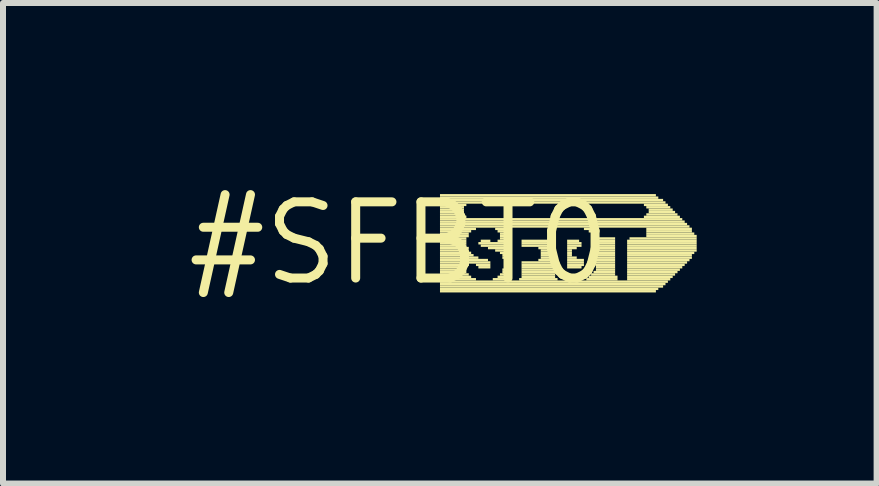
<source format=kicad_pcb>
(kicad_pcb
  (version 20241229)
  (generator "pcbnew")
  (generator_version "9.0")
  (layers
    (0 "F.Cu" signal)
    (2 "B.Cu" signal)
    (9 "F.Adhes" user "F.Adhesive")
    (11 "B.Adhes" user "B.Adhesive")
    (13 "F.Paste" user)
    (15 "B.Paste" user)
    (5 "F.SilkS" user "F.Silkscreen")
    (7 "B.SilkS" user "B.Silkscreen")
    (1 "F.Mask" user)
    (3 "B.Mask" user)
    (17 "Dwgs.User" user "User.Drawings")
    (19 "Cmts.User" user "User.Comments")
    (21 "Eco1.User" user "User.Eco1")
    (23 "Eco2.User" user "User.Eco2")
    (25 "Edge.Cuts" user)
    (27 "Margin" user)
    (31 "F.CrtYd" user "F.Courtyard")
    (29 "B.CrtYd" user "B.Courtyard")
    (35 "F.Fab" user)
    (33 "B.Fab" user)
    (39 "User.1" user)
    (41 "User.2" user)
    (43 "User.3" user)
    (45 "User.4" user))
  (footprint "#SFBT0"
    (layer "F.Cu")
    (at 3.606 1.006)
    (property "Reference" "#SFBT0" (at 0 0 0) (layer "F.SilkS") (effects (font (size 1.27 1.27) (thickness 0.15))))
    (fp_poly (pts (xy 0.68 -0.78) (xy 4.28 -0.78) (xy 4.28 -0.82) (xy 0.68 -0.82)) (stroke (width 0) (type default)) (fill yes) (layer "F.SilkS"))
    (fp_poly (pts (xy 0.68 -0.74) (xy 4.32 -0.74) (xy 4.32 -0.78) (xy 0.68 -0.78)) (stroke (width 0) (type default)) (fill yes) (layer "F.SilkS"))
    (fp_poly (pts (xy 0.68 -0.7) (xy 4.4 -0.7) (xy 4.4 -0.74) (xy 0.68 -0.74)) (stroke (width 0) (type default)) (fill yes) (layer "F.SilkS"))
    (fp_poly (pts (xy 0.68 -0.66) (xy 4.44 -0.66) (xy 4.44 -0.7) (xy 0.68 -0.7)) (stroke (width 0) (type default)) (fill yes) (layer "F.SilkS"))
    (fp_poly (pts (xy 0.68 -0.62) (xy 1.12 -0.62) (xy 1.12 -0.66) (xy 0.68 -0.66)) (stroke (width 0) (type default)) (fill yes) (layer "F.SilkS"))
    (fp_poly (pts (xy 0.68 -0.58) (xy 1.08 -0.58) (xy 1.08 -0.62) (xy 0.68 -0.62)) (stroke (width 0) (type default)) (fill yes) (layer "F.SilkS"))
    (fp_poly (pts (xy 0.68 -0.54) (xy 1.08 -0.54) (xy 1.08 -0.58) (xy 0.68 -0.58)) (stroke (width 0) (type default)) (fill yes) (layer "F.SilkS"))
    (fp_poly (pts (xy 0.68 -0.5) (xy 1.08 -0.5) (xy 1.08 -0.54) (xy 0.68 -0.54)) (stroke (width 0) (type default)) (fill yes) (layer "F.SilkS"))
    (fp_poly (pts (xy 0.68 -0.46) (xy 1.08 -0.46) (xy 1.08 -0.5) (xy 0.68 -0.5)) (stroke (width 0) (type default)) (fill yes) (layer "F.SilkS"))
    (fp_poly (pts (xy 0.68 -0.42) (xy 1.12 -0.42) (xy 1.12 -0.46) (xy 0.68 -0.46)) (stroke (width 0) (type default)) (fill yes) (layer "F.SilkS"))
    (fp_poly (pts (xy 0.68 -0.38) (xy 4.72 -0.38) (xy 4.72 -0.42) (xy 0.68 -0.42)) (stroke (width 0) (type default)) (fill yes) (layer "F.SilkS"))
    (fp_poly (pts (xy 0.68 -0.34) (xy 4.76 -0.34) (xy 4.76 -0.38) (xy 0.68 -0.38)) (stroke (width 0) (type default)) (fill yes) (layer "F.SilkS"))
    (fp_poly (pts (xy 0.68 -0.3) (xy 4.8 -0.3) (xy 4.8 -0.34) (xy 0.68 -0.34)) (stroke (width 0) (type default)) (fill yes) (layer "F.SilkS"))
    (fp_poly (pts (xy 0.68 -0.26) (xy 4.84 -0.26) (xy 4.84 -0.3) (xy 0.68 -0.3)) (stroke (width 0) (type default)) (fill yes) (layer "F.SilkS"))
    (fp_poly (pts (xy 0.68 -0.22) (xy 1.28 -0.22) (xy 1.28 -0.26) (xy 0.68 -0.26)) (stroke (width 0) (type default)) (fill yes) (layer "F.SilkS"))
    (fp_poly (pts (xy 0.68 -0.18) (xy 1.2 -0.18) (xy 1.2 -0.22) (xy 0.68 -0.22)) (stroke (width 0) (type default)) (fill yes) (layer "F.SilkS"))
    (fp_poly (pts (xy 0.68 -0.14) (xy 1.16 -0.14) (xy 1.16 -0.18) (xy 0.68 -0.18)) (stroke (width 0) (type default)) (fill yes) (layer "F.SilkS"))
    (fp_poly (pts (xy 0.68 -0.1) (xy 1.16 -0.1) (xy 1.16 -0.14) (xy 0.68 -0.14)) (stroke (width 0) (type default)) (fill yes) (layer "F.SilkS"))
    (fp_poly (pts (xy 0.68 -0.06) (xy 1.12 -0.06) (xy 1.12 -0.1) (xy 0.68 -0.1)) (stroke (width 0) (type default)) (fill yes) (layer "F.SilkS"))
    (fp_poly (pts (xy 0.68 -0.02) (xy 1.12 -0.02) (xy 1.12 -0.06) (xy 0.68 -0.06)) (stroke (width 0) (type default)) (fill yes) (layer "F.SilkS"))
    (fp_poly (pts (xy 0.68 0.02) (xy 1.12 0.02) (xy 1.12 -0.02) (xy 0.68 -0.02)) (stroke (width 0) (type default)) (fill yes) (layer "F.SilkS"))
    (fp_poly (pts (xy 0.68 0.06) (xy 1.12 0.06) (xy 1.12 0.02) (xy 0.68 0.02)) (stroke (width 0) (type default)) (fill yes) (layer "F.SilkS"))
    (fp_poly (pts (xy 0.68 0.1) (xy 1.16 0.1) (xy 1.16 0.06) (xy 0.68 0.06)) (stroke (width 0) (type default)) (fill yes) (layer "F.SilkS"))
    (fp_poly (pts (xy 0.68 0.14) (xy 1.16 0.14) (xy 1.16 0.1) (xy 0.68 0.1)) (stroke (width 0) (type default)) (fill yes) (layer "F.SilkS"))
    (fp_poly (pts (xy 0.68 0.18) (xy 1.2 0.18) (xy 1.2 0.14) (xy 0.68 0.14)) (stroke (width 0) (type default)) (fill yes) (layer "F.SilkS"))
    (fp_poly (pts (xy 0.68 0.22) (xy 1.24 0.22) (xy 1.24 0.18) (xy 0.68 0.18)) (stroke (width 0) (type default)) (fill yes) (layer "F.SilkS"))
    (fp_poly (pts (xy 0.68 0.26) (xy 1.32 0.26) (xy 1.32 0.22) (xy 0.68 0.22)) (stroke (width 0) (type default)) (fill yes) (layer "F.SilkS"))
    (fp_poly (pts (xy 0.68 0.3) (xy 1.48 0.3) (xy 1.48 0.26) (xy 0.68 0.26)) (stroke (width 0) (type default)) (fill yes) (layer "F.SilkS"))
    (fp_poly (pts (xy 0.68 0.34) (xy 1.52 0.34) (xy 1.52 0.3) (xy 0.68 0.3)) (stroke (width 0) (type default)) (fill yes) (layer "F.SilkS"))
    (fp_poly (pts (xy 0.68 0.38) (xy 1.16 0.38) (xy 1.16 0.34) (xy 0.68 0.34)) (stroke (width 0) (type default)) (fill yes) (layer "F.SilkS"))
    (fp_poly (pts (xy 0.68 0.42) (xy 1.12 0.42) (xy 1.12 0.38) (xy 0.68 0.38)) (stroke (width 0) (type default)) (fill yes) (layer "F.SilkS"))
    (fp_poly (pts (xy 0.68 0.46) (xy 1.12 0.46) (xy 1.12 0.42) (xy 0.68 0.42)) (stroke (width 0) (type default)) (fill yes) (layer "F.SilkS"))
    (fp_poly (pts (xy 0.68 0.5) (xy 1.12 0.5) (xy 1.12 0.46) (xy 0.68 0.46)) (stroke (width 0) (type default)) (fill yes) (layer "F.SilkS"))
    (fp_poly (pts (xy 0.68 0.54) (xy 1.16 0.54) (xy 1.16 0.5) (xy 0.68 0.5)) (stroke (width 0) (type default)) (fill yes) (layer "F.SilkS"))
    (fp_poly (pts (xy 0.68 0.58) (xy 1.2 0.58) (xy 1.2 0.54) (xy 0.68 0.54)) (stroke (width 0) (type default)) (fill yes) (layer "F.SilkS"))
    (fp_poly (pts (xy 0.68 0.62) (xy 1.28 0.62) (xy 1.28 0.58) (xy 0.68 0.58)) (stroke (width 0) (type default)) (fill yes) (layer "F.SilkS"))
    (fp_poly (pts (xy 0.68 0.66) (xy 4.48 0.66) (xy 4.48 0.62) (xy 0.68 0.62)) (stroke (width 0) (type default)) (fill yes) (layer "F.SilkS"))
    (fp_poly (pts (xy 0.68 0.7) (xy 4.44 0.7) (xy 4.44 0.66) (xy 0.68 0.66)) (stroke (width 0) (type default)) (fill yes) (layer "F.SilkS"))
    (fp_poly (pts (xy 0.68 0.74) (xy 4.4 0.74) (xy 4.4 0.7) (xy 0.68 0.7)) (stroke (width 0) (type default)) (fill yes) (layer "F.SilkS"))
    (fp_poly (pts (xy 0.68 0.78) (xy 4.32 0.78) (xy 4.32 0.74) (xy 0.68 0.74)) (stroke (width 0) (type default)) (fill yes) (layer "F.SilkS"))
    (fp_poly (pts (xy 0.68 0.82) (xy 4.28 0.82) (xy 4.28 0.78) (xy 0.68 0.78)) (stroke (width 0) (type default)) (fill yes) (layer "F.SilkS"))
    (fp_poly (pts (xy 1.28 0.38) (xy 1.52 0.38) (xy 1.52 0.34) (xy 1.28 0.34)) (stroke (width 0) (type default)) (fill yes) (layer "F.SilkS"))
    (fp_poly (pts (xy 1.32 0.02) (xy 1.84 0.02) (xy 1.84 -0.02) (xy 1.32 -0.02)) (stroke (width 0) (type default)) (fill yes) (layer "F.SilkS"))
    (fp_poly (pts (xy 1.32 0.42) (xy 1.52 0.42) (xy 1.52 0.38) (xy 1.32 0.38)) (stroke (width 0) (type default)) (fill yes) (layer "F.SilkS"))
    (fp_poly (pts (xy 1.36 -0.02) (xy 1.52 -0.02) (xy 1.52 -0.06) (xy 1.36 -0.06)) (stroke (width 0) (type default)) (fill yes) (layer "F.SilkS"))
    (fp_poly (pts (xy 1.36 0.06) (xy 1.84 0.06) (xy 1.84 0.02) (xy 1.36 0.02)) (stroke (width 0) (type default)) (fill yes) (layer "F.SilkS"))
    (fp_poly (pts (xy 1.48 0.1) (xy 1.84 0.1) (xy 1.84 0.06) (xy 1.48 0.06)) (stroke (width 0) (type default)) (fill yes) (layer "F.SilkS"))
    (fp_poly (pts (xy 1.56 0.62) (xy 1.84 0.62) (xy 1.84 0.58) (xy 1.56 0.58)) (stroke (width 0) (type default)) (fill yes) (layer "F.SilkS"))
    (fp_poly (pts (xy 1.6 -0.22) (xy 1.88 -0.22) (xy 1.88 -0.26) (xy 1.6 -0.26)) (stroke (width 0) (type default)) (fill yes) (layer "F.SilkS"))
    (fp_poly (pts (xy 1.6 0.14) (xy 1.84 0.14) (xy 1.84 0.1) (xy 1.6 0.1)) (stroke (width 0) (type default)) (fill yes) (layer "F.SilkS"))
    (fp_poly (pts (xy 1.64 -0.18) (xy 1.84 -0.18) (xy 1.84 -0.22) (xy 1.64 -0.22)) (stroke (width 0) (type default)) (fill yes) (layer "F.SilkS"))
    (fp_poly (pts (xy 1.64 -0.02) (xy 1.84 -0.02) (xy 1.84 -0.06) (xy 1.64 -0.06)) (stroke (width 0) (type default)) (fill yes) (layer "F.SilkS"))
    (fp_poly (pts (xy 1.64 0.58) (xy 1.84 0.58) (xy 1.84 0.54) (xy 1.64 0.54)) (stroke (width 0) (type default)) (fill yes) (layer "F.SilkS"))
    (fp_poly (pts (xy 1.68 -0.14) (xy 1.84 -0.14) (xy 1.84 -0.18) (xy 1.68 -0.18)) (stroke (width 0) (type default)) (fill yes) (layer "F.SilkS"))
    (fp_poly (pts (xy 1.68 -0.1) (xy 1.84 -0.1) (xy 1.84 -0.14) (xy 1.68 -0.14)) (stroke (width 0) (type default)) (fill yes) (layer "F.SilkS"))
    (fp_poly (pts (xy 1.68 -0.06) (xy 1.84 -0.06) (xy 1.84 -0.1) (xy 1.68 -0.1)) (stroke (width 0) (type default)) (fill yes) (layer "F.SilkS"))
    (fp_poly (pts (xy 1.68 0.18) (xy 1.84 0.18) (xy 1.84 0.14) (xy 1.68 0.14)) (stroke (width 0) (type default)) (fill yes) (layer "F.SilkS"))
    (fp_poly (pts (xy 1.68 0.54) (xy 1.84 0.54) (xy 1.84 0.5) (xy 1.68 0.5)) (stroke (width 0) (type default)) (fill yes) (layer "F.SilkS"))
    (fp_poly (pts (xy 1.72 0.22) (xy 1.84 0.22) (xy 1.84 0.18) (xy 1.72 0.18)) (stroke (width 0) (type default)) (fill yes) (layer "F.SilkS"))
    (fp_poly (pts (xy 1.72 0.26) (xy 1.84 0.26) (xy 1.84 0.22) (xy 1.72 0.22)) (stroke (width 0) (type default)) (fill yes) (layer "F.SilkS"))
    (fp_poly (pts (xy 1.72 0.46) (xy 1.84 0.46) (xy 1.84 0.42) (xy 1.72 0.42)) (stroke (width 0) (type default)) (fill yes) (layer "F.SilkS"))
    (fp_poly (pts (xy 1.72 0.5) (xy 1.84 0.5) (xy 1.84 0.46) (xy 1.72 0.46)) (stroke (width 0) (type default)) (fill yes) (layer "F.SilkS"))
    (fp_poly (pts (xy 1.76 0.3) (xy 1.84 0.3) (xy 1.84 0.26) (xy 1.76 0.26)) (stroke (width 0) (type default)) (fill yes) (layer "F.SilkS"))
    (fp_poly (pts (xy 1.76 0.34) (xy 1.84 0.34) (xy 1.84 0.3) (xy 1.76 0.3)) (stroke (width 0) (type default)) (fill yes) (layer "F.SilkS"))
    (fp_poly (pts (xy 1.76 0.38) (xy 1.84 0.38) (xy 1.84 0.34) (xy 1.76 0.34)) (stroke (width 0) (type default)) (fill yes) (layer "F.SilkS"))
    (fp_poly (pts (xy 1.76 0.42) (xy 1.84 0.42) (xy 1.84 0.38) (xy 1.76 0.38)) (stroke (width 0) (type default)) (fill yes) (layer "F.SilkS"))
    (fp_poly (pts (xy 2 0.62) (xy 2.64 0.62) (xy 2.64 0.58) (xy 2 0.58)) (stroke (width 0) (type default)) (fill yes) (layer "F.SilkS"))
    (fp_poly (pts (xy 2.04 -0.02) (xy 2.6 -0.02) (xy 2.6 -0.06) (xy 2.04 -0.06)) (stroke (width 0) (type default)) (fill yes) (layer "F.SilkS"))
    (fp_poly (pts (xy 2.04 0.02) (xy 2.6 0.02) (xy 2.6 -0.02) (xy 2.04 -0.02)) (stroke (width 0) (type default)) (fill yes) (layer "F.SilkS"))
    (fp_poly (pts (xy 2.04 0.06) (xy 2.6 0.06) (xy 2.6 0.02) (xy 2.04 0.02)) (stroke (width 0) (type default)) (fill yes) (layer "F.SilkS"))
    (fp_poly (pts (xy 2.04 0.34) (xy 2.6 0.34) (xy 2.6 0.3) (xy 2.04 0.3)) (stroke (width 0) (type default)) (fill yes) (layer "F.SilkS"))
    (fp_poly (pts (xy 2.04 0.38) (xy 2.6 0.38) (xy 2.6 0.34) (xy 2.04 0.34)) (stroke (width 0) (type default)) (fill yes) (layer "F.SilkS"))
    (fp_poly (pts (xy 2.04 0.42) (xy 2.6 0.42) (xy 2.6 0.38) (xy 2.04 0.38)) (stroke (width 0) (type default)) (fill yes) (layer "F.SilkS"))
    (fp_poly (pts (xy 2.04 0.46) (xy 2.6 0.46) (xy 2.6 0.42) (xy 2.04 0.42)) (stroke (width 0) (type default)) (fill yes) (layer "F.SilkS"))
    (fp_poly (pts (xy 2.04 0.5) (xy 2.6 0.5) (xy 2.6 0.46) (xy 2.04 0.46)) (stroke (width 0) (type default)) (fill yes) (layer "F.SilkS"))
    (fp_poly (pts (xy 2.04 0.54) (xy 2.6 0.54) (xy 2.6 0.5) (xy 2.04 0.5)) (stroke (width 0) (type default)) (fill yes) (layer "F.SilkS"))
    (fp_poly (pts (xy 2.04 0.58) (xy 2.6 0.58) (xy 2.6 0.54) (xy 2.04 0.54)) (stroke (width 0) (type default)) (fill yes) (layer "F.SilkS"))
    (fp_poly (pts (xy 2.32 0.1) (xy 2.6 0.1) (xy 2.6 0.06) (xy 2.32 0.06)) (stroke (width 0) (type default)) (fill yes) (layer "F.SilkS"))
    (fp_poly (pts (xy 2.32 0.3) (xy 2.6 0.3) (xy 2.6 0.26) (xy 2.32 0.26)) (stroke (width 0) (type default)) (fill yes) (layer "F.SilkS"))
    (fp_poly (pts (xy 2.36 0.14) (xy 2.6 0.14) (xy 2.6 0.1) (xy 2.36 0.1)) (stroke (width 0) (type default)) (fill yes) (layer "F.SilkS"))
    (fp_poly (pts (xy 2.36 0.18) (xy 2.6 0.18) (xy 2.6 0.14) (xy 2.36 0.14)) (stroke (width 0) (type default)) (fill yes) (layer "F.SilkS"))
    (fp_poly (pts (xy 2.36 0.22) (xy 2.6 0.22) (xy 2.6 0.18) (xy 2.36 0.18)) (stroke (width 0) (type default)) (fill yes) (layer "F.SilkS"))
    (fp_poly (pts (xy 2.36 0.26) (xy 2.6 0.26) (xy 2.6 0.22) (xy 2.36 0.22)) (stroke (width 0) (type default)) (fill yes) (layer "F.SilkS"))
    (fp_poly (pts (xy 2.48 -0.22) (xy 2.6 -0.22) (xy 2.6 -0.26) (xy 2.48 -0.26)) (stroke (width 0) (type default)) (fill yes) (layer "F.SilkS"))
    (fp_poly (pts (xy 2.48 -0.06) (xy 2.6 -0.06) (xy 2.6 -0.1) (xy 2.48 -0.1)) (stroke (width 0) (type default)) (fill yes) (layer "F.SilkS"))
    (fp_poly (pts (xy 2.52 -0.18) (xy 2.6 -0.18) (xy 2.6 -0.22) (xy 2.52 -0.22)) (stroke (width 0) (type default)) (fill yes) (layer "F.SilkS"))
    (fp_poly (pts (xy 2.52 -0.14) (xy 2.6 -0.14) (xy 2.6 -0.18) (xy 2.52 -0.18)) (stroke (width 0) (type default)) (fill yes) (layer "F.SilkS"))
    (fp_poly (pts (xy 2.52 -0.1) (xy 2.6 -0.1) (xy 2.6 -0.14) (xy 2.52 -0.14)) (stroke (width 0) (type default)) (fill yes) (layer "F.SilkS"))
    (fp_poly (pts (xy 2.8 -0.02) (xy 3 -0.02) (xy 3 -0.06) (xy 2.8 -0.06)) (stroke (width 0) (type default)) (fill yes) (layer "F.SilkS"))
    (fp_poly (pts (xy 2.8 0.02) (xy 3.04 0.02) (xy 3.04 -0.02) (xy 2.8 -0.02)) (stroke (width 0) (type default)) (fill yes) (layer "F.SilkS"))
    (fp_poly (pts (xy 2.8 0.06) (xy 3.04 0.06) (xy 3.04 0.02) (xy 2.8 0.02)) (stroke (width 0) (type default)) (fill yes) (layer "F.SilkS"))
    (fp_poly (pts (xy 2.8 0.1) (xy 2.96 0.1) (xy 2.96 0.06) (xy 2.8 0.06)) (stroke (width 0) (type default)) (fill yes) (layer "F.SilkS"))
    (fp_poly (pts (xy 2.8 0.14) (xy 2.88 0.14) (xy 2.88 0.1) (xy 2.8 0.1)) (stroke (width 0) (type default)) (fill yes) (layer "F.SilkS"))
    (fp_poly (pts (xy 2.8 0.18) (xy 2.88 0.18) (xy 2.88 0.14) (xy 2.8 0.14)) (stroke (width 0) (type default)) (fill yes) (layer "F.SilkS"))
    (fp_poly (pts (xy 2.8 0.22) (xy 2.88 0.22) (xy 2.88 0.18) (xy 2.8 0.18)) (stroke (width 0) (type default)) (fill yes) (layer "F.SilkS"))
    (fp_poly (pts (xy 2.8 0.26) (xy 2.96 0.26) (xy 2.96 0.22) (xy 2.8 0.22)) (stroke (width 0) (type default)) (fill yes) (layer "F.SilkS"))
    (fp_poly (pts (xy 2.8 0.3) (xy 3.08 0.3) (xy 3.08 0.26) (xy 2.8 0.26)) (stroke (width 0) (type default)) (fill yes) (layer "F.SilkS"))
    (fp_poly (pts (xy 2.8 0.34) (xy 3.08 0.34) (xy 3.08 0.3) (xy 2.8 0.3)) (stroke (width 0) (type default)) (fill yes) (layer "F.SilkS"))
    (fp_poly (pts (xy 2.8 0.38) (xy 3.08 0.38) (xy 3.08 0.34) (xy 2.8 0.34)) (stroke (width 0) (type default)) (fill yes) (layer "F.SilkS"))
    (fp_poly (pts (xy 2.8 0.42) (xy 3.04 0.42) (xy 3.04 0.38) (xy 2.8 0.38)) (stroke (width 0) (type default)) (fill yes) (layer "F.SilkS"))
    (fp_poly (pts (xy 3.08 -0.22) (xy 3.32 -0.22) (xy 3.32 -0.26) (xy 3.08 -0.26)) (stroke (width 0) (type default)) (fill yes) (layer "F.SilkS"))
    (fp_poly (pts (xy 3.12 0.62) (xy 3.64 0.62) (xy 3.64 0.58) (xy 3.12 0.58)) (stroke (width 0) (type default)) (fill yes) (layer "F.SilkS"))
    (fp_poly (pts (xy 3.16 -0.18) (xy 3.32 -0.18) (xy 3.32 -0.22) (xy 3.16 -0.22)) (stroke (width 0) (type default)) (fill yes) (layer "F.SilkS"))
    (fp_poly (pts (xy 3.16 0.58) (xy 3.64 0.58) (xy 3.64 0.54) (xy 3.16 0.54)) (stroke (width 0) (type default)) (fill yes) (layer "F.SilkS"))
    (fp_poly (pts (xy 3.2 -0.14) (xy 3.32 -0.14) (xy 3.32 -0.18) (xy 3.2 -0.18)) (stroke (width 0) (type default)) (fill yes) (layer "F.SilkS"))
    (fp_poly (pts (xy 3.2 0.54) (xy 3.6 0.54) (xy 3.6 0.5) (xy 3.2 0.5)) (stroke (width 0) (type default)) (fill yes) (layer "F.SilkS"))
    (fp_poly (pts (xy 3.24 -0.1) (xy 3.32 -0.1) (xy 3.32 -0.14) (xy 3.24 -0.14)) (stroke (width 0) (type default)) (fill yes) (layer "F.SilkS"))
    (fp_poly (pts (xy 3.24 -0.06) (xy 3.6 -0.06) (xy 3.6 -0.1) (xy 3.24 -0.1)) (stroke (width 0) (type default)) (fill yes) (layer "F.SilkS"))
    (fp_poly (pts (xy 3.24 -0.02) (xy 3.6 -0.02) (xy 3.6 -0.06) (xy 3.24 -0.06)) (stroke (width 0) (type default)) (fill yes) (layer "F.SilkS"))
    (fp_poly (pts (xy 3.24 0.02) (xy 3.6 0.02) (xy 3.6 -0.02) (xy 3.24 -0.02)) (stroke (width 0) (type default)) (fill yes) (layer "F.SilkS"))
    (fp_poly (pts (xy 3.24 0.06) (xy 3.6 0.06) (xy 3.6 0.02) (xy 3.24 0.02)) (stroke (width 0) (type default)) (fill yes) (layer "F.SilkS"))
    (fp_poly (pts (xy 3.24 0.1) (xy 3.6 0.1) (xy 3.6 0.06) (xy 3.24 0.06)) (stroke (width 0) (type default)) (fill yes) (layer "F.SilkS"))
    (fp_poly (pts (xy 3.24 0.14) (xy 3.6 0.14) (xy 3.6 0.1) (xy 3.24 0.1)) (stroke (width 0) (type default)) (fill yes) (layer "F.SilkS"))
    (fp_poly (pts (xy 3.24 0.18) (xy 3.6 0.18) (xy 3.6 0.14) (xy 3.24 0.14)) (stroke (width 0) (type default)) (fill yes) (layer "F.SilkS"))
    (fp_poly (pts (xy 3.24 0.22) (xy 3.6 0.22) (xy 3.6 0.18) (xy 3.24 0.18)) (stroke (width 0) (type default)) (fill yes) (layer "F.SilkS"))
    (fp_poly (pts (xy 3.24 0.5) (xy 3.6 0.5) (xy 3.6 0.46) (xy 3.24 0.46)) (stroke (width 0) (type default)) (fill yes) (layer "F.SilkS"))
    (fp_poly (pts (xy 3.28 0.26) (xy 3.6 0.26) (xy 3.6 0.22) (xy 3.28 0.22)) (stroke (width 0) (type default)) (fill yes) (layer "F.SilkS"))
    (fp_poly (pts (xy 3.28 0.3) (xy 3.6 0.3) (xy 3.6 0.26) (xy 3.28 0.26)) (stroke (width 0) (type default)) (fill yes) (layer "F.SilkS"))
    (fp_poly (pts (xy 3.28 0.34) (xy 3.6 0.34) (xy 3.6 0.3) (xy 3.28 0.3)) (stroke (width 0) (type default)) (fill yes) (layer "F.SilkS"))
    (fp_poly (pts (xy 3.28 0.38) (xy 3.6 0.38) (xy 3.6 0.34) (xy 3.28 0.34)) (stroke (width 0) (type default)) (fill yes) (layer "F.SilkS"))
    (fp_poly (pts (xy 3.28 0.42) (xy 3.6 0.42) (xy 3.6 0.38) (xy 3.28 0.38)) (stroke (width 0) (type default)) (fill yes) (layer "F.SilkS"))
    (fp_poly (pts (xy 3.28 0.46) (xy 3.6 0.46) (xy 3.6 0.42) (xy 3.28 0.42)) (stroke (width 0) (type default)) (fill yes) (layer "F.SilkS"))
    (fp_poly (pts (xy 3.8 -0.02) (xy 4.96 -0.02) (xy 4.96 -0.06) (xy 3.8 -0.06)) (stroke (width 0) (type default)) (fill yes) (layer "F.SilkS"))
    (fp_poly (pts (xy 3.8 0.02) (xy 4.96 0.02) (xy 4.96 -0.02) (xy 3.8 -0.02)) (stroke (width 0) (type default)) (fill yes) (layer "F.SilkS"))
    (fp_poly (pts (xy 3.8 0.06) (xy 4.96 0.06) (xy 4.96 0.02) (xy 3.8 0.02)) (stroke (width 0) (type default)) (fill yes) (layer "F.SilkS"))
    (fp_poly (pts (xy 3.8 0.1) (xy 4.96 0.1) (xy 4.96 0.06) (xy 3.8 0.06)) (stroke (width 0) (type default)) (fill yes) (layer "F.SilkS"))
    (fp_poly (pts (xy 3.8 0.14) (xy 4.96 0.14) (xy 4.96 0.1) (xy 3.8 0.1)) (stroke (width 0) (type default)) (fill yes) (layer "F.SilkS"))
    (fp_poly (pts (xy 3.8 0.18) (xy 4.92 0.18) (xy 4.92 0.14) (xy 3.8 0.14)) (stroke (width 0) (type default)) (fill yes) (layer "F.SilkS"))
    (fp_poly (pts (xy 3.8 0.22) (xy 4.88 0.22) (xy 4.88 0.18) (xy 3.8 0.18)) (stroke (width 0) (type default)) (fill yes) (layer "F.SilkS"))
    (fp_poly (pts (xy 3.8 0.26) (xy 4.88 0.26) (xy 4.88 0.22) (xy 3.8 0.22)) (stroke (width 0) (type default)) (fill yes) (layer "F.SilkS"))
    (fp_poly (pts (xy 3.8 0.3) (xy 4.84 0.3) (xy 4.84 0.26) (xy 3.8 0.26)) (stroke (width 0) (type default)) (fill yes) (layer "F.SilkS"))
    (fp_poly (pts (xy 3.8 0.34) (xy 4.8 0.34) (xy 4.8 0.3) (xy 3.8 0.3)) (stroke (width 0) (type default)) (fill yes) (layer "F.SilkS"))
    (fp_poly (pts (xy 3.8 0.38) (xy 4.76 0.38) (xy 4.76 0.34) (xy 3.8 0.34)) (stroke (width 0) (type default)) (fill yes) (layer "F.SilkS"))
    (fp_poly (pts (xy 3.8 0.42) (xy 4.72 0.42) (xy 4.72 0.38) (xy 3.8 0.38)) (stroke (width 0) (type default)) (fill yes) (layer "F.SilkS"))
    (fp_poly (pts (xy 3.8 0.46) (xy 4.68 0.46) (xy 4.68 0.42) (xy 3.8 0.42)) (stroke (width 0) (type default)) (fill yes) (layer "F.SilkS"))
    (fp_poly (pts (xy 3.8 0.5) (xy 4.64 0.5) (xy 4.64 0.46) (xy 3.8 0.46)) (stroke (width 0) (type default)) (fill yes) (layer "F.SilkS"))
    (fp_poly (pts (xy 3.8 0.54) (xy 4.6 0.54) (xy 4.6 0.5) (xy 3.8 0.5)) (stroke (width 0) (type default)) (fill yes) (layer "F.SilkS"))
    (fp_poly (pts (xy 3.8 0.58) (xy 4.56 0.58) (xy 4.56 0.54) (xy 3.8 0.54)) (stroke (width 0) (type default)) (fill yes) (layer "F.SilkS"))
    (fp_poly (pts (xy 3.8 0.62) (xy 4.52 0.62) (xy 4.52 0.58) (xy 3.8 0.58)) (stroke (width 0) (type default)) (fill yes) (layer "F.SilkS"))
    (fp_poly (pts (xy 3.84 -0.06) (xy 4.96 -0.06) (xy 4.96 -0.1) (xy 3.84 -0.1)) (stroke (width 0) (type default)) (fill yes) (layer "F.SilkS"))
    (fp_poly (pts (xy 4.08 -0.62) (xy 4.48 -0.62) (xy 4.48 -0.66) (xy 4.08 -0.66)) (stroke (width 0) (type default)) (fill yes) (layer "F.SilkS"))
    (fp_poly (pts (xy 4.08 -0.42) (xy 4.68 -0.42) (xy 4.68 -0.46) (xy 4.08 -0.46)) (stroke (width 0) (type default)) (fill yes) (layer "F.SilkS"))
    (fp_poly (pts (xy 4.12 -0.58) (xy 4.52 -0.58) (xy 4.52 -0.62) (xy 4.12 -0.62)) (stroke (width 0) (type default)) (fill yes) (layer "F.SilkS"))
    (fp_poly (pts (xy 4.12 -0.46) (xy 4.64 -0.46) (xy 4.64 -0.5) (xy 4.12 -0.5)) (stroke (width 0) (type default)) (fill yes) (layer "F.SilkS"))
    (fp_poly (pts (xy 4.12 -0.22) (xy 4.88 -0.22) (xy 4.88 -0.26) (xy 4.12 -0.26)) (stroke (width 0) (type default)) (fill yes) (layer "F.SilkS"))
    (fp_poly (pts (xy 4.12 -0.18) (xy 4.88 -0.18) (xy 4.88 -0.22) (xy 4.12 -0.22)) (stroke (width 0) (type default)) (fill yes) (layer "F.SilkS"))
    (fp_poly (pts (xy 4.12 -0.14) (xy 4.92 -0.14) (xy 4.92 -0.18) (xy 4.12 -0.18)) (stroke (width 0) (type default)) (fill yes) (layer "F.SilkS"))
    (fp_poly (pts (xy 4.12 -0.1) (xy 4.96 -0.1) (xy 4.96 -0.14) (xy 4.12 -0.14)) (stroke (width 0) (type default)) (fill yes) (layer "F.SilkS"))
    (fp_poly (pts (xy 4.16 -0.54) (xy 4.56 -0.54) (xy 4.56 -0.58) (xy 4.16 -0.58)) (stroke (width 0) (type default)) (fill yes) (layer "F.SilkS"))
    (fp_poly (pts (xy 4.16 -0.5) (xy 4.6 -0.5) (xy 4.6 -0.54) (xy 4.16 -0.54)) (stroke (width 0) (type default)) (fill yes) (layer "F.SilkS")))
  (gr_rect
    (start -3 -3)
    (end 11.566 5.012)
    (stroke (width 0.1) (type default))
    (fill no)
    (layer "Edge.Cuts")))
</source>
